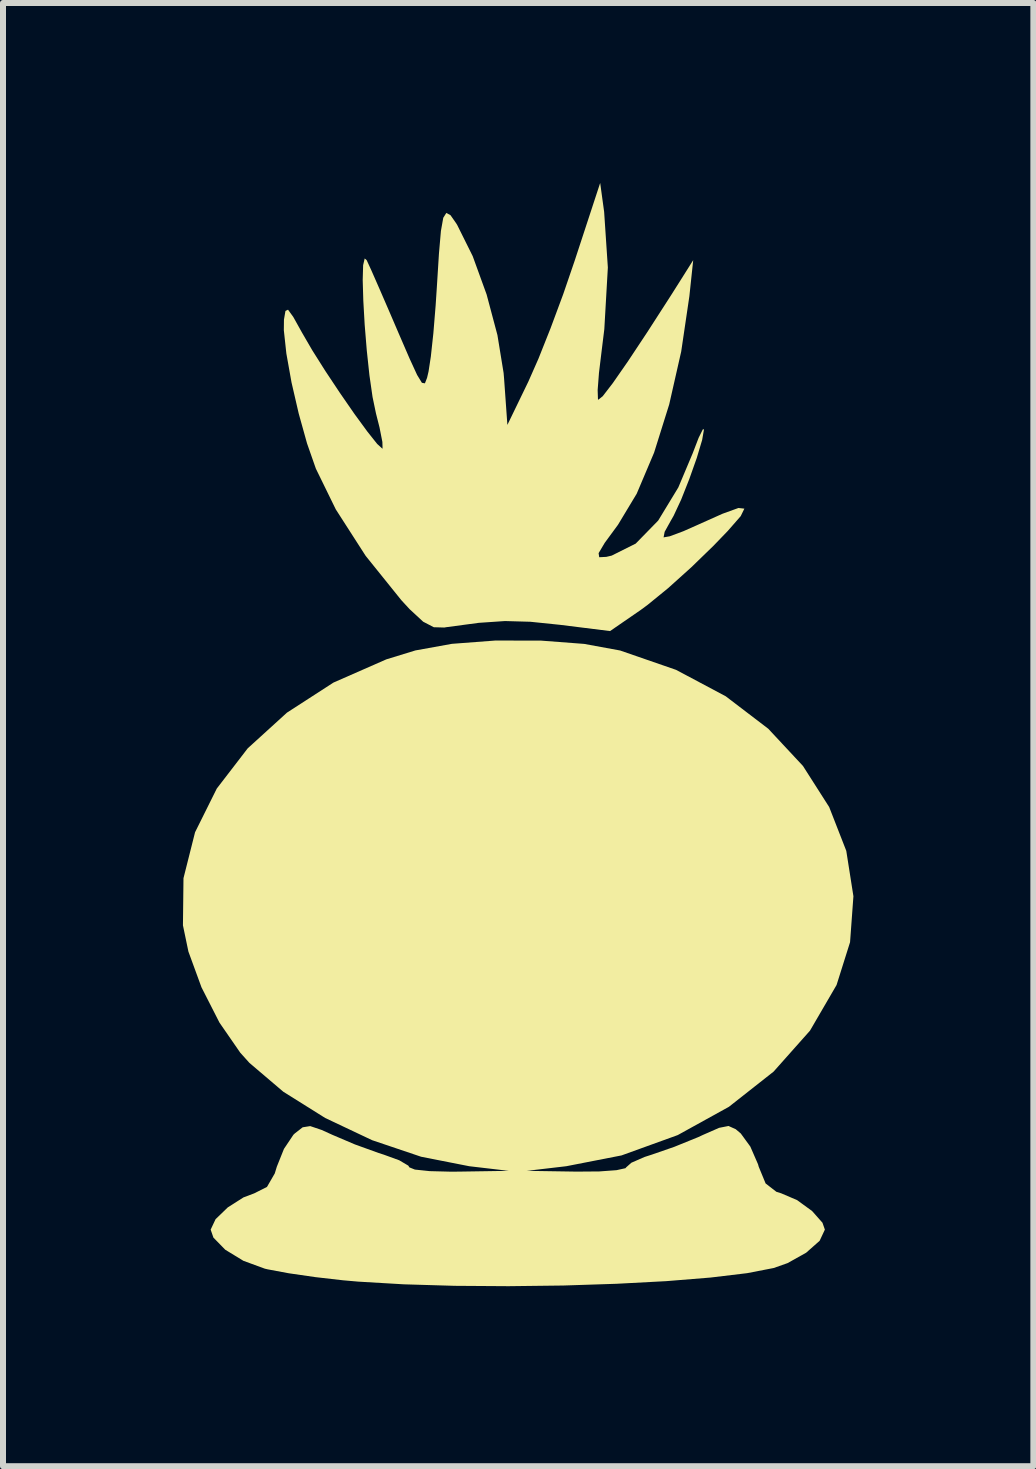
<source format=kicad_pcb>
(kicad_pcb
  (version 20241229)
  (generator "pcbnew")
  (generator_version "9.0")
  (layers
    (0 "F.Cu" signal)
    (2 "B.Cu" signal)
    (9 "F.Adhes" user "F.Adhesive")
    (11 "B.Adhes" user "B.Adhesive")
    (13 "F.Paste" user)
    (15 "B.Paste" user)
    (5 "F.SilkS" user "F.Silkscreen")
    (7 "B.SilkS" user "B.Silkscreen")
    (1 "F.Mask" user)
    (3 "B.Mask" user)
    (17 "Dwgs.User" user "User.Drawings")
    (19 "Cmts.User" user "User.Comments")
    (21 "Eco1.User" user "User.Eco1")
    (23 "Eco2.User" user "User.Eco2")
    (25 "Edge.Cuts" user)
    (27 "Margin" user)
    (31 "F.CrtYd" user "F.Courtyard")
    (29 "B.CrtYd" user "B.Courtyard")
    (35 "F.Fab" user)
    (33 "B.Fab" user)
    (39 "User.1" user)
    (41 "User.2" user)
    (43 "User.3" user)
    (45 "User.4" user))
  (footprint "ze"
    (layer "F.Cu")
    (at 5.582 9.77)
    (property "Reference" "ze" (at 0 0 0) (layer "F.SilkS") (effects (font (size 1.524 1.524) (thickness 0.3))))
    (attr board_only exclude_from_pos_files exclude_from_bom)
    (fp_poly (pts (xy 0.385 -2.14) (xy 1.107 -2.085) (xy 1.707 -1.975) (xy 2.64 -1.652) (xy 3.467 -1.212) (xy 4.176 -0.671) (xy 4.755 -0.05) (xy 5.192 0.635) (xy 5.477 1.365) (xy 5.596 2.122) (xy 5.54 2.888) (xy 5.315 3.602) (xy 4.872 4.363) (xy 4.265 5.046) (xy 3.521 5.632) (xy 2.667 6.104) (xy 1.73 6.443) (xy 0.809 6.623) (xy 0.151 6.7) (xy 0.979 6.713) (xy 1.358 6.71) (xy 1.646 6.689) (xy 1.796 6.656) (xy 1.807 6.642) (xy 1.894 6.565) (xy 2.113 6.469) (xy 2.234 6.43) (xy 2.609 6.3) (xy 3.006 6.139) (xy 3.09 6.1) (xy 3.357 5.983) (xy 3.514 5.952) (xy 3.634 6.006) (xy 3.718 6.077) (xy 3.877 6.295) (xy 4.006 6.591) (xy 4.017 6.631) (xy 4.132 6.91) (xy 4.311 7.049) (xy 4.393 7.075) (xy 4.657 7.188) (xy 4.907 7.37) (xy 5.08 7.565) (xy 5.12 7.68) (xy 5.033 7.866) (xy 4.808 8.065) (xy 4.499 8.238) (xy 4.267 8.32) (xy 3.823 8.406) (xy 3.214 8.479) (xy 2.476 8.539) (xy 1.645 8.583) (xy 0.757 8.612) (xy -0.154 8.623) (xy -1.051 8.617) (xy -1.898 8.592) (xy -2.66 8.547) (xy -2.911 8.525) (xy -3.374 8.472) (xy -3.822 8.407) (xy -4.17 8.342) (xy -4.217 8.331) (xy -4.574 8.2) (xy -4.877 8.015) (xy -5.074 7.813) (xy -5.12 7.68) (xy -5.038 7.506) (xy -4.834 7.309) (xy -4.573 7.143) (xy -4.393 7.075) (xy -4.181 6.968) (xy -4.051 6.743) (xy -4.017 6.631) (xy -3.898 6.334) (xy -3.74 6.098) (xy -3.718 6.077) (xy -3.586 5.974) (xy -3.46 5.954) (xy -3.268 6.019) (xy -3.09 6.1) (xy -2.714 6.26) (xy -2.318 6.403) (xy -2.234 6.43) (xy -1.976 6.524) (xy -1.825 6.613) (xy -1.807 6.642) (xy -1.715 6.679) (xy -1.468 6.705) (xy -1.115 6.714) (xy -0.979 6.713) (xy -0.151 6.7) (xy -0.809 6.623) (xy -1.611 6.465) (xy -2.428 6.189) (xy -3.21 5.819) (xy -3.909 5.381) (xy -4.474 4.9) (xy -4.626 4.731) (xy -4.973 4.229) (xy -5.273 3.64) (xy -5.491 3.044) (xy -5.582 2.607) (xy -5.573 1.821) (xy -5.38 1.055) (xy -5.018 0.327) (xy -4.502 -0.344) (xy -3.848 -0.939) (xy -3.073 -1.44) (xy -2.192 -1.827) (xy -1.707 -1.976) (xy -1.099 -2.086) (xy -0.376 -2.141)) (stroke (width 0) (type solid)) (fill yes) (layer "F.SilkS"))
    (fp_poly (pts (xy 1.44 -9.289) (xy 1.502 -8.36) (xy 1.443 -7.332) (xy 1.399 -6.975) (xy 1.354 -6.604) (xy 1.332 -6.317) (xy 1.337 -6.165) (xy 1.342 -6.155) (xy 1.416 -6.214) (xy 1.584 -6.432) (xy 1.835 -6.793) (xy 2.161 -7.285) (xy 2.552 -7.892) (xy 2.704 -8.132) (xy 2.925 -8.483) (xy 2.861 -7.881) (xy 2.725 -6.96) (xy 2.525 -6.078) (xy 2.273 -5.274) (xy 1.983 -4.589) (xy 1.671 -4.071) (xy 1.45 -3.77) (xy 1.348 -3.598) (xy 1.358 -3.53) (xy 1.476 -3.536) (xy 1.566 -3.557) (xy 1.966 -3.757) (xy 2.341 -4.141) (xy 2.677 -4.694) (xy 2.916 -5.262) (xy 3.016 -5.522) (xy 3.085 -5.661) (xy 3.105 -5.663) (xy 3.074 -5.485) (xy 2.985 -5.187) (xy 2.86 -4.834) (xy 2.724 -4.49) (xy 2.598 -4.22) (xy 2.551 -4.138) (xy 2.449 -3.954) (xy 2.431 -3.861) (xy 2.534 -3.879) (xy 2.762 -3.964) (xy 2.976 -4.059) (xy 3.414 -4.255) (xy 3.679 -4.351) (xy 3.778 -4.34) (xy 3.717 -4.215) (xy 3.502 -3.969) (xy 3.263 -3.721) (xy 2.893 -3.362) (xy 2.506 -3.014) (xy 2.164 -2.735) (xy 2.05 -2.651) (xy 1.539 -2.299) (xy 0.705 -2.403) (xy 0.211 -2.454) (xy -0.213 -2.466) (xy -0.652 -2.436) (xy -1.196 -2.363) (xy -1.224 -2.358) (xy -1.4 -2.363) (xy -1.577 -2.455) (xy -1.803 -2.664) (xy -1.942 -2.815) (xy -2.536 -3.553) (xy -3.034 -4.328) (xy -3.366 -5.007) (xy -3.513 -5.427) (xy -3.652 -5.926) (xy -3.772 -6.445) (xy -3.858 -6.927) (xy -3.9 -7.315) (xy -3.898 -7.491) (xy -3.873 -7.636) (xy -3.83 -7.657) (xy -3.742 -7.535) (xy -3.596 -7.273) (xy -3.427 -6.982) (xy -3.208 -6.635) (xy -2.964 -6.268) (xy -2.722 -5.918) (xy -2.506 -5.623) (xy -2.343 -5.418) (xy -2.258 -5.341) (xy -2.254 -5.342) (xy -2.257 -5.452) (xy -2.305 -5.695) (xy -2.364 -5.928) (xy -2.421 -6.202) (xy -2.473 -6.564) (xy -2.517 -6.977) (xy -2.552 -7.404) (xy -2.575 -7.808) (xy -2.585 -8.152) (xy -2.578 -8.399) (xy -2.552 -8.511) (xy -2.519 -8.483) (xy -2.44 -8.311) (xy -2.304 -8.001) (xy -2.132 -7.604) (xy -1.993 -7.28) (xy -1.804 -6.843) (xy -1.678 -6.569) (xy -1.598 -6.438) (xy -1.548 -6.429) (xy -1.512 -6.521) (xy -1.487 -6.628) (xy -1.449 -6.877) (xy -1.407 -7.265) (xy -1.369 -7.729) (xy -1.349 -8.032) (xy -1.314 -8.591) (xy -1.281 -8.97) (xy -1.242 -9.189) (xy -1.191 -9.27) (xy -1.121 -9.232) (xy -1.026 -9.096) (xy -1.009 -9.068) (xy -0.751 -8.549) (xy -0.519 -7.91) (xy -0.339 -7.234) (xy -0.236 -6.602) (xy -0.228 -6.507) (xy -0.173 -5.736) (xy 0.176 -6.457) (xy 0.345 -6.84) (xy 0.547 -7.348) (xy 0.758 -7.916) (xy 0.949 -8.474) (xy 1.374 -9.77)) (stroke (width 0) (type solid)) (fill yes) (layer "F.SilkS")))
  (gr_rect
    (start -3 -3)
    (end 14.178 21.394)
    (stroke (width 0.1) (type default))
    (fill no)
    (layer "Edge.Cuts")))
</source>
